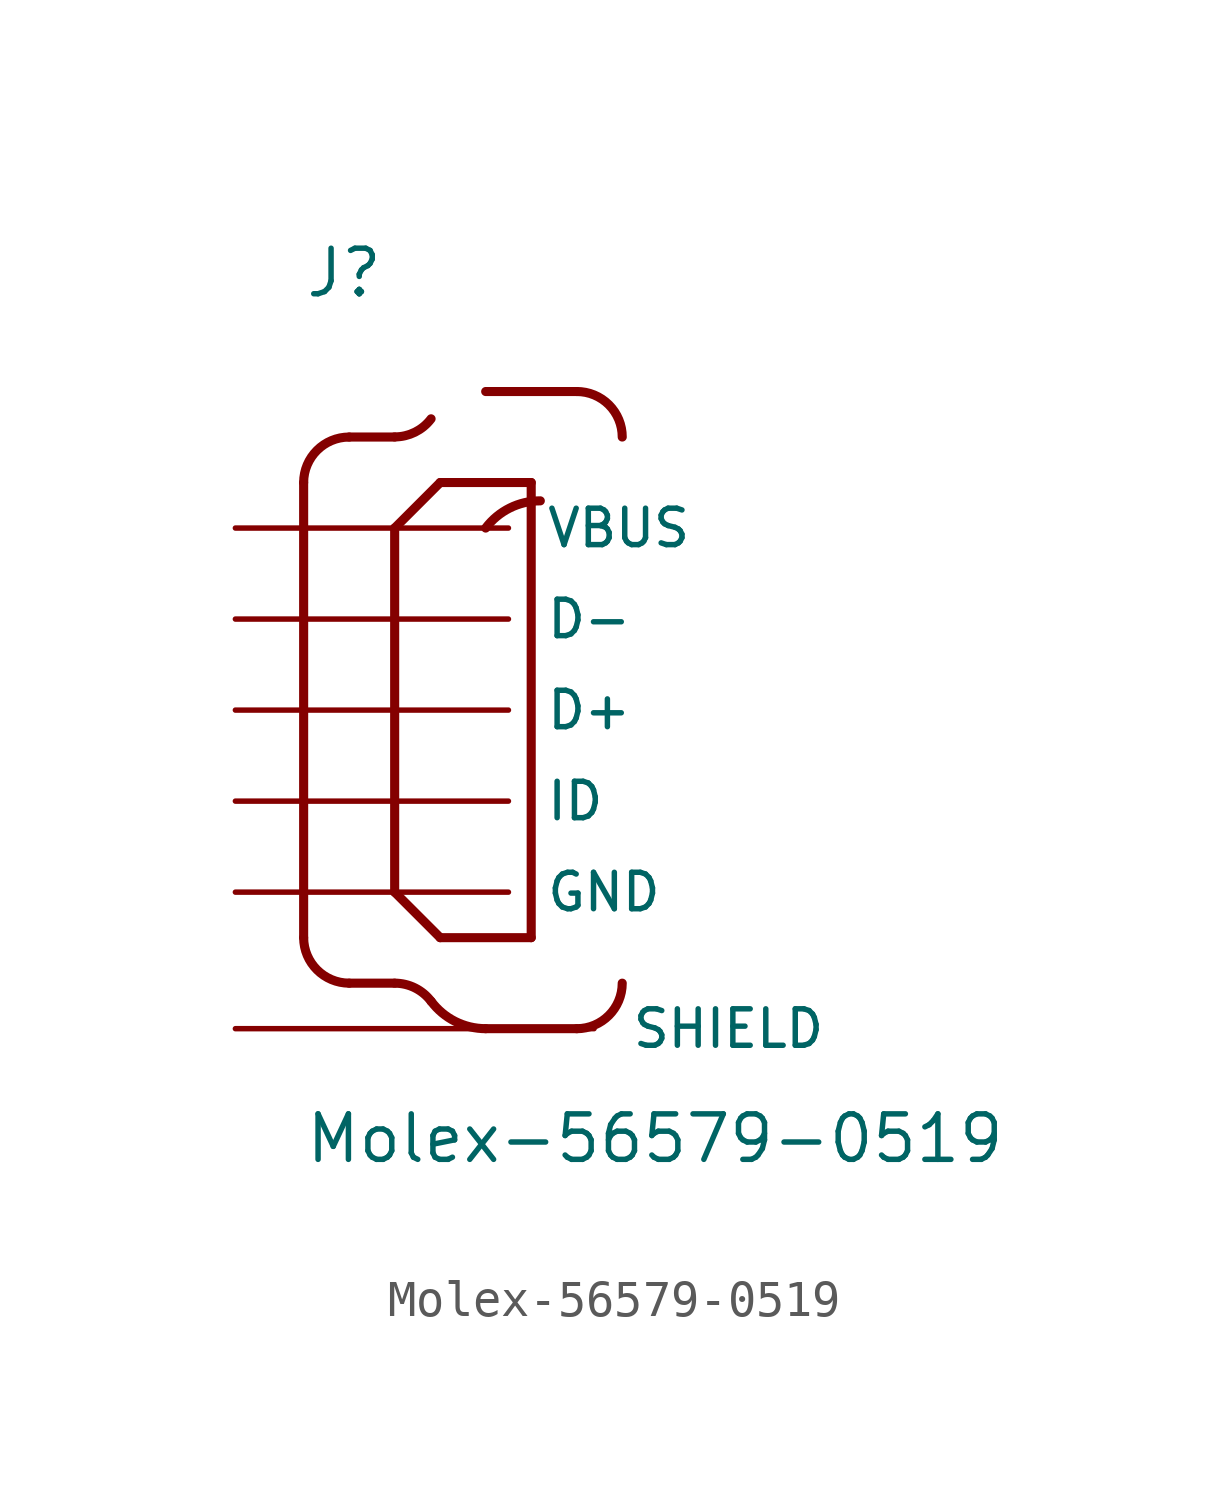
<source format=kicad_sym>
(kicad_symbol_lib
  (version 20211014)
  (generator kicad_symbol_editor)
  (symbol "Molex-56579-0519"
    (pin_numbers hide)
    (pin_names
      (offset 1.016))
    (property "Reference" "J"
      (at -2.54 11.455 0)
      (effects (font (size 1.27 1.27)) (justify left bottom)))
    (property "Value" "Molex-56579-0519"
      (at -2.54 -12.7 0)
      (effects (font (size 1.27 1.27)) (justify left bottom)))
    (property "ki_locked" ""
      (at 0 0 0)
      (effects (font (size 1.27 1.27))))
    (symbol "Molex-56579-0519_0_0"
      (arc (start -2.54 -6.35) (mid -2.168 -7.248) (end -1.27 -7.62) (stroke (width 0.254) (type default) (color 0 0 0 0)) (fill (type none)))
      (arc (start -1.27 7.62) (mid -2.168 7.248) (end -2.54 6.35) (stroke (width 0.254) (type default) (color 0 0 0 0)) (fill (type none)))
      (polyline (pts (xy -2.54 6.35) (xy -2.54 -6.35)) (stroke (width 0.254) (type default) (color 0 0 0 0)) (fill (type none)))
      (polyline (pts (xy -1.27 -7.62) (xy 0 -7.62)) (stroke (width 0.254) (type default) (color 0 0 0 0)) (fill (type none)))
      (polyline (pts (xy -1.27 7.62) (xy 0 7.62)) (stroke (width 0.254) (type default) (color 0 0 0 0)) (fill (type none)))
      (polyline (pts (xy 0 -5.08) (xy 1.27 -6.35)) (stroke (width 0.254) (type default) (color 0 0 0 0)) (fill (type none)))
      (polyline (pts (xy 0 5.08) (xy 0 -5.08)) (stroke (width 0.254) (type default) (color 0 0 0 0)) (fill (type none)))
      (polyline (pts (xy 1.27 -6.35) (xy 3.81 -6.35)) (stroke (width 0.254) (type default) (color 0 0 0 0)) (fill (type none)))
      (polyline (pts (xy 1.27 6.35) (xy 0 5.08)) (stroke (width 0.254) (type default) (color 0 0 0 0)) (fill (type none)))
      (polyline (pts (xy 2.54 -8.89) (xy 5.08 -8.89)) (stroke (width 0.254) (type default) (color 0 0 0 0)) (fill (type none)))
      (polyline (pts (xy 2.54 8.89) (xy 5.08 8.89)) (stroke (width 0.254) (type default) (color 0 0 0 0)) (fill (type none)))
      (polyline (pts (xy 3.81 -6.35) (xy 3.81 6.35)) (stroke (width 0.254) (type default) (color 0 0 0 0)) (fill (type none)))
      (polyline (pts (xy 3.81 6.35) (xy 1.27 6.35)) (stroke (width 0.254) (type default) (color 0 0 0 0)) (fill (type none)))
      (arc (start 0 7.62) (mid 0.568 7.7541) (end 1.016 8.128) (stroke (width 0.254) (type default) (color 0 0 0 0)) (fill (type none)))
      (arc (start 1.016 -8.128) (mid 0.568 -7.7541) (end 0 -7.62) (stroke (width 0.254) (type default) (color 0 0 0 0)) (fill (type none)))
      (arc (start 1.016 -8.128) (mid 1.6881 -8.6889) (end 2.54 -8.89) (stroke (width 0.254) (type default) (color 0 0 0 0)) (fill (type none)))
      (arc (start 4.064 5.842) (mid 1.6881 8.6889) (end 2.54 5.08) (stroke (width 0.254) (type default) (color 0 0 0 0)) (fill (type none)))
      (arc (start 5.08 -8.89) (mid 5.978 -8.518) (end 6.35 -7.62) (stroke (width 0.254) (type default) (color 0 0 0 0)) (fill (type none)))
      (arc (start 6.35 7.62) (mid 5.978 8.518) (end 5.08 8.89) (stroke (width 0.254) (type default) (color 0 0 0 0)) (fill (type none)))
      (pin power_in line (at -4.445 5.08 0) (length 7.62) (name "VBUS" (effects (font (size 1.016 1.016)))) (number "1" (effects (font (size 1.016 1.016)))))
      (pin bidirectional line (at -4.445 2.54 0) (length 7.62) (name "D-" (effects (font (size 1.016 1.016)))) (number "2" (effects (font (size 1.016 1.016)))))
      (pin bidirectional line (at -4.445 0 0) (length 7.62) (name "D+" (effects (font (size 1.016 1.016)))) (number "3" (effects (font (size 1.016 1.016)))))
      (pin bidirectional line (at -4.445 -2.54 0) (length 7.62) (name "ID" (effects (font (size 1.016 1.016)))) (number "4" (effects (font (size 1.016 1.016)))))
      (pin power_in line (at -4.445 -5.08 0) (length 7.62) (name "GND" (effects (font (size 1.016 1.016)))) (number "5" (effects (font (size 1.016 1.016)))))
      (pin power_in line (at -4.445 -8.89 0) (length 10.008) (name "SHIELD" (effects (font (size 1.016 1.016)))) (number "6" (effects (font (size 1.016 1.016))))))))
</source>
